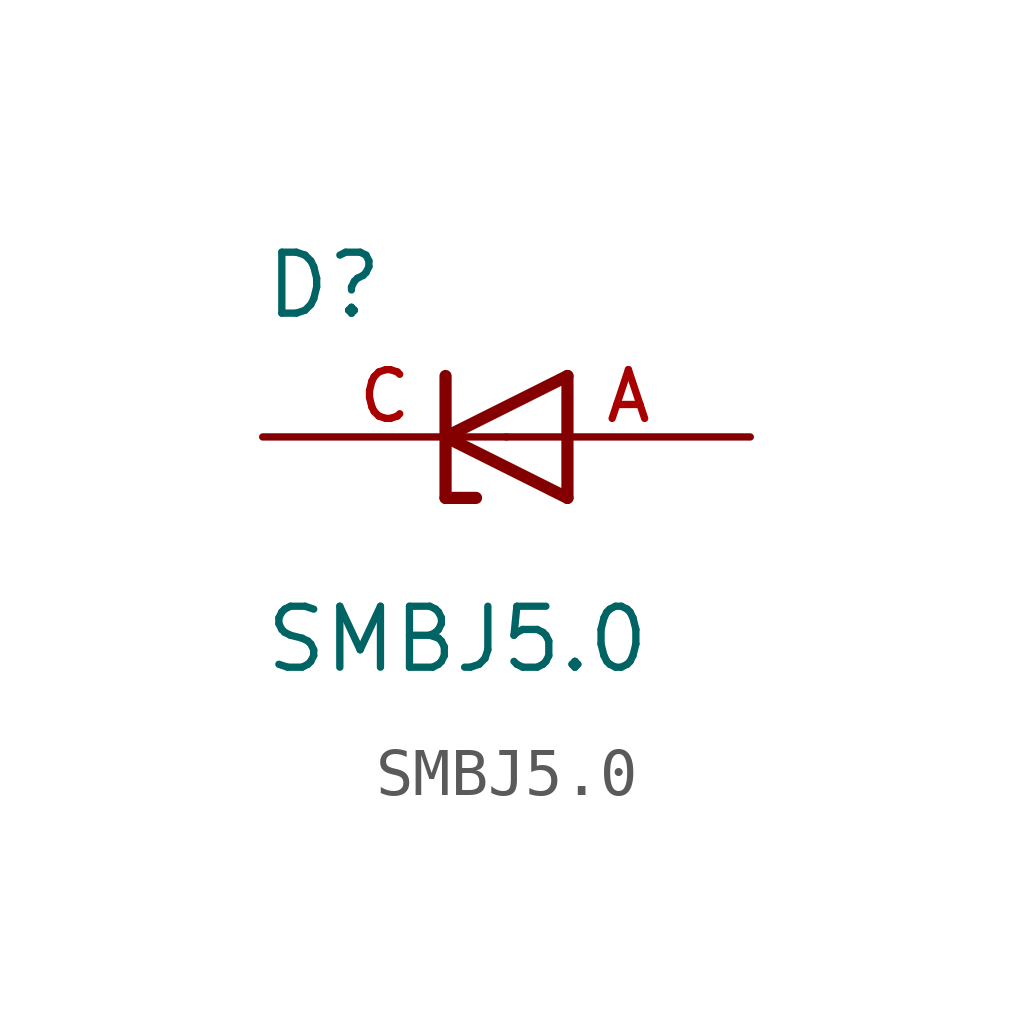
<source format=kicad_sym>
(kicad_symbol_lib
  (version 20211014)
  (generator kicad_symbol_editor)
  (symbol "SMBJ5.0"
    (pin_names
      (offset 1.016))
    (property "Reference" "D"
      (at -5.084 2.416 0)
      (effects (font (size 1.27 1.27)) (justify bottom left)))
    (property "Value" "SMBJ5.0"
      (at -5.085 -4.961 0)
      (effects (font (size 1.27 1.27)) (justify bottom left)))
    (symbol "SMBJ5.0_0_0"
      (polyline (pts (xy 1.27 1.27) (xy -1.27 0.0)) (stroke (width 0.254)))
      (polyline (pts (xy -1.27 0.0) (xy 1.27 -1.27)) (stroke (width 0.254)))
      (polyline (pts (xy -0.635 -1.27) (xy -1.27 -1.27)) (stroke (width 0.254)))
      (polyline (pts (xy -1.27 -1.27) (xy -1.27 0.0)) (stroke (width 0.254)))
      (polyline (pts (xy 1.27 -1.27) (xy 1.27 1.27)) (stroke (width 0.254)))
      (polyline (pts (xy -1.27 0.0) (xy -1.27 1.27)) (stroke (width 0.254)))
      (pin passive line (at 5.08 0.0 180.0) (length 5.08) (name "~" (effects (font (size 1.016 1.016)))) (number "A" (effects (font (size 1.016 1.016)))))
      (pin passive line (at -5.08 0.0 0) (length 5.08) (name "~" (effects (font (size 1.016 1.016)))) (number "C" (effects (font (size 1.016 1.016))))))))
</source>
